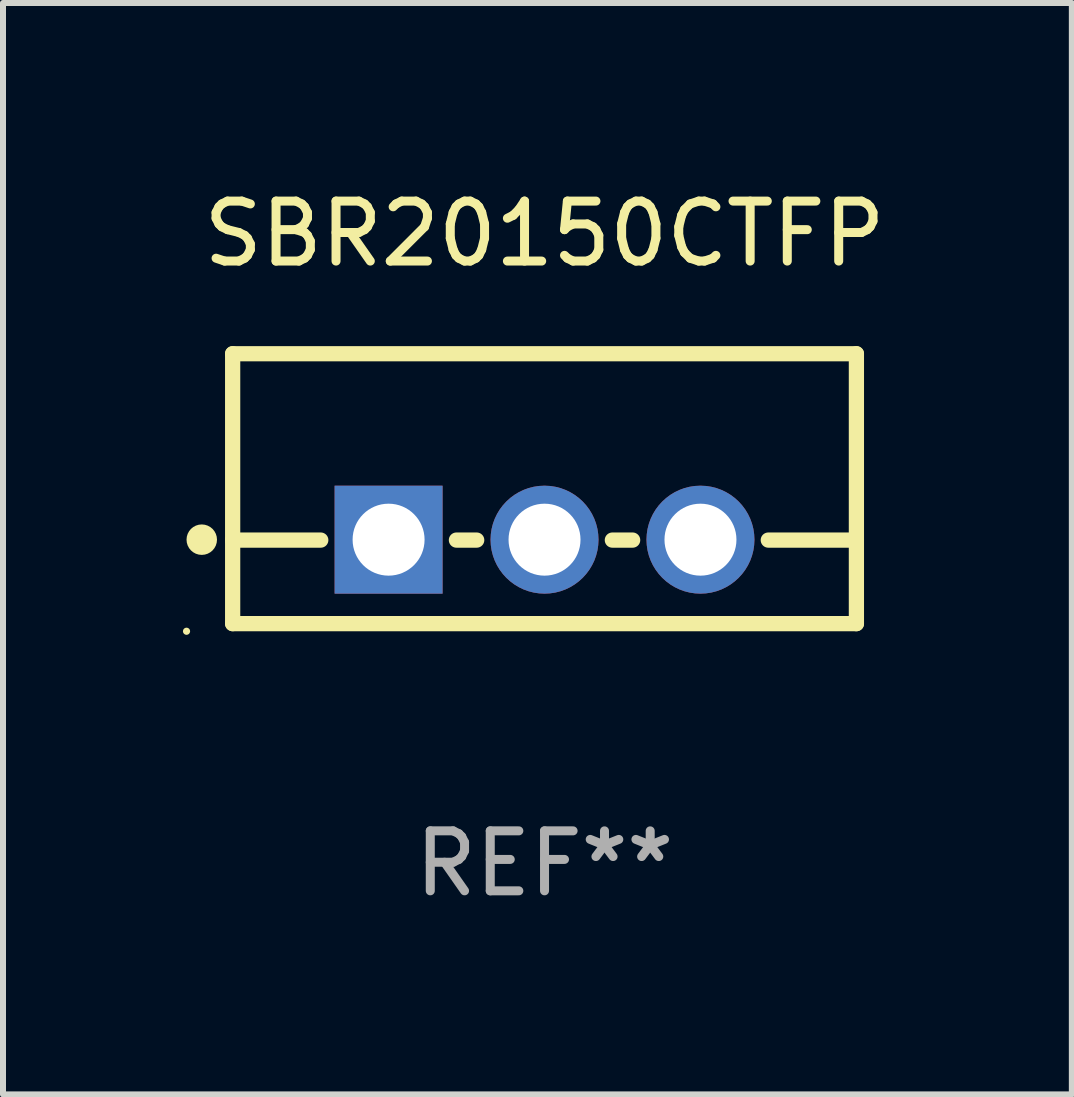
<source format=kicad_pcb>
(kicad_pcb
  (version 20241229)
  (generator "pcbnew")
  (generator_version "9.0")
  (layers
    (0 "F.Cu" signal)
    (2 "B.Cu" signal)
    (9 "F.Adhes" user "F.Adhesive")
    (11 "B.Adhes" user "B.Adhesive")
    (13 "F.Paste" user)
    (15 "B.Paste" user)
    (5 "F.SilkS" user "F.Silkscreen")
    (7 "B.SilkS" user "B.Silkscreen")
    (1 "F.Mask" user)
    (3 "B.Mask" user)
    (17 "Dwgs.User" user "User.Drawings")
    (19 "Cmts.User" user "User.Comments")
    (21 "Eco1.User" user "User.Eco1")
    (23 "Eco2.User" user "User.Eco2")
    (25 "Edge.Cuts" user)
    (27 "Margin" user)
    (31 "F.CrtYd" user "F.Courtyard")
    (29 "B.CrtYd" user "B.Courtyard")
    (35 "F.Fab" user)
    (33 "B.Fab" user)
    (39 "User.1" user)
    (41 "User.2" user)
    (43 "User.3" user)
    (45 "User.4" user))
  (footprint "SBR20150CTFP"
    (layer "F.Cu")
    (at 6.029 5.098)
    (property "Reference" "SBR20150CTFP" (at 0 -4.25 0) (layer "F.SilkS") (effects (font (size 1 1) (thickness 0.15))))
    (attr through_hole)
    (fp_line (start -5.2 -2.25) (end -5.2 2.25) (stroke (width 0.254) (type solid)) (layer "F.SilkS"))
    (fp_line (start -5.2 -2.25) (end 5.2 -2.25) (stroke (width 0.254) (type solid)) (layer "F.SilkS"))
    (fp_line (start -5.2 0.857) (end -3.731 0.857) (stroke (width 0.254) (type solid)) (layer "F.SilkS"))
    (fp_line (start -5.2 2.25) (end 5.2 2.25) (stroke (width 0.254) (type solid)) (layer "F.SilkS"))
    (fp_line (start -1.469 0.857) (end -1.131 0.857) (stroke (width 0.254) (type solid)) (layer "F.SilkS"))
    (fp_line (start 1.131 0.857) (end 1.469 0.857) (stroke (width 0.254) (type solid)) (layer "F.SilkS"))
    (fp_line (start 3.731 0.857) (end 5.2 0.857) (stroke (width 0.254) (type solid)) (layer "F.SilkS"))
    (fp_line (start 5.2 -2.25) (end 5.2 2.25) (stroke (width 0.254) (type solid)) (layer "F.SilkS"))
    (fp_circle (center -5.969 2.377) (end -5.939 2.377) (stroke (width 0.06) (type solid)) (fill no) (layer "F.SilkS"))
    (fp_circle (center -5.715 0.85) (end -5.588 0.85) (stroke (width 0.254) (type solid)) (fill no) (layer "F.SilkS"))
    (fp_text user "REF**" (at 0 6.25 0) (layer "F.Fab") (effects (font (size 1 1) (thickness 0.15))))
    (pad "1" thru_hole rect (at -2.6 0.85) (size 1.8 1.8) (drill 1.2) (layers "*.Cu" "*.Mask"))
    (pad "2" thru_hole circle (at 0 0.85) (size 1.8 1.8) (drill 1.2) (layers "*.Cu" "*.Mask"))
    (pad "3" thru_hole circle (at 2.6 0.85) (size 1.8 1.8) (drill 1.2) (layers "*.Cu" "*.Mask")))
  (gr_rect
    (start -3 -3)
    (end 14.821 15.197)
    (stroke (width 0.1) (type default))
    (fill no)
    (layer "Edge.Cuts")))
</source>
